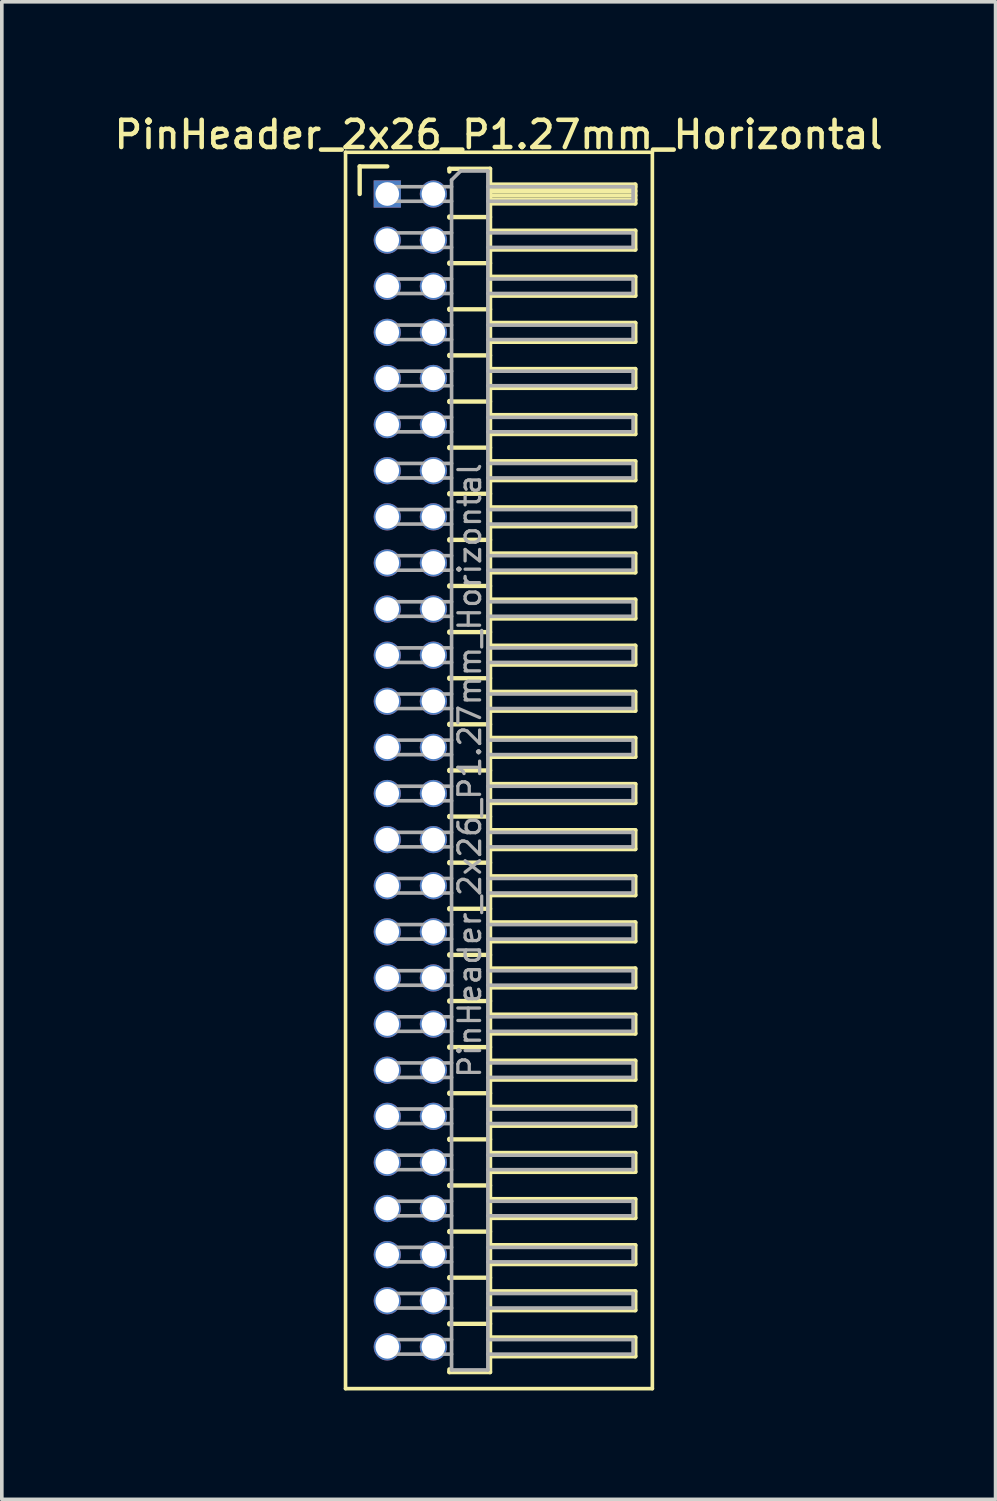
<source format=kicad_pcb>
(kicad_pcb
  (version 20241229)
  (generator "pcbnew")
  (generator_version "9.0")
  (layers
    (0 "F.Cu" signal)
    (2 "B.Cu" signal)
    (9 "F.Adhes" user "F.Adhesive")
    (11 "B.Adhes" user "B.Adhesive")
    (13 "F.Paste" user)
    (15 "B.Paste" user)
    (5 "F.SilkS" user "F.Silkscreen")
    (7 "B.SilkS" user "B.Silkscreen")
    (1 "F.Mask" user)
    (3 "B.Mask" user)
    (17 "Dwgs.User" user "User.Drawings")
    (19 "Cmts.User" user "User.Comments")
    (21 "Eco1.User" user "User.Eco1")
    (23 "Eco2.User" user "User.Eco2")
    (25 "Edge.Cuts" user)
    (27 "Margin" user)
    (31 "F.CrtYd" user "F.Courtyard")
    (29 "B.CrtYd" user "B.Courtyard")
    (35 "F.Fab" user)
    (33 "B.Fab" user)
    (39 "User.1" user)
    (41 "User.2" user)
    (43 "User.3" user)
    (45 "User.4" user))
  (footprint "PinHeader_2x26_P1.27mm_Horizontal"
    (layer "F.Cu")
    (at 7.616 2.293)
    (property "Reference" "PinHeader_2x26_P1.27mm_Horizontal" (at 3.067 -1.635 0) (layer "F.SilkS") (effects (font (size 0.75 0.75) (thickness 0.125))))
    (attr through_hole)
    (fp_line (start -1.15 -1.15) (end -1.15 32.9) (stroke (width 0.1) (type solid)) (layer "F.SilkS"))
    (fp_line (start -1.15 32.9) (end 7.3 32.9) (stroke (width 0.1) (type solid)) (layer "F.SilkS"))
    (fp_line (start -0.76 -0.76) (end 0 -0.76) (stroke (width 0.12) (type solid)) (layer "F.SilkS"))
    (fp_line (start -0.76 0) (end -0.76 -0.76) (stroke (width 0.12) (type solid)) (layer "F.SilkS"))
    (fp_line (start 1.71 -0.695) (end 2.83 -0.695) (stroke (width 0.12) (type solid)) (layer "F.SilkS"))
    (fp_line (start 1.71 -0.62) (end 1.71 -0.695) (stroke (width 0.12) (type solid)) (layer "F.SilkS"))
    (fp_line (start 1.71 0.62) (end 1.71 0.65) (stroke (width 0.12) (type solid)) (layer "F.SilkS"))
    (fp_line (start 1.71 0.635) (end 2.83 0.635) (stroke (width 0.12) (type solid)) (layer "F.SilkS"))
    (fp_line (start 1.71 1.89) (end 1.71 1.92) (stroke (width 0.12) (type solid)) (layer "F.SilkS"))
    (fp_line (start 1.71 1.905) (end 2.83 1.905) (stroke (width 0.12) (type solid)) (layer "F.SilkS"))
    (fp_line (start 1.71 3.16) (end 1.71 3.19) (stroke (width 0.12) (type solid)) (layer "F.SilkS"))
    (fp_line (start 1.71 3.175) (end 2.83 3.175) (stroke (width 0.12) (type solid)) (layer "F.SilkS"))
    (fp_line (start 1.71 4.43) (end 1.71 4.46) (stroke (width 0.12) (type solid)) (layer "F.SilkS"))
    (fp_line (start 1.71 4.445) (end 2.83 4.445) (stroke (width 0.12) (type solid)) (layer "F.SilkS"))
    (fp_line (start 1.71 5.7) (end 1.71 5.73) (stroke (width 0.12) (type solid)) (layer "F.SilkS"))
    (fp_line (start 1.71 5.715) (end 2.83 5.715) (stroke (width 0.12) (type solid)) (layer "F.SilkS"))
    (fp_line (start 1.71 6.97) (end 1.71 7) (stroke (width 0.12) (type solid)) (layer "F.SilkS"))
    (fp_line (start 1.71 6.985) (end 2.83 6.985) (stroke (width 0.12) (type solid)) (layer "F.SilkS"))
    (fp_line (start 1.71 8.24) (end 1.71 8.27) (stroke (width 0.12) (type solid)) (layer "F.SilkS"))
    (fp_line (start 1.71 8.255) (end 2.83 8.255) (stroke (width 0.12) (type solid)) (layer "F.SilkS"))
    (fp_line (start 1.71 9.51) (end 1.71 9.54) (stroke (width 0.12) (type solid)) (layer "F.SilkS"))
    (fp_line (start 1.71 9.525) (end 2.83 9.525) (stroke (width 0.12) (type solid)) (layer "F.SilkS"))
    (fp_line (start 1.71 10.78) (end 1.71 10.81) (stroke (width 0.12) (type solid)) (layer "F.SilkS"))
    (fp_line (start 1.71 10.795) (end 2.83 10.795) (stroke (width 0.12) (type solid)) (layer "F.SilkS"))
    (fp_line (start 1.71 12.05) (end 1.71 12.08) (stroke (width 0.12) (type solid)) (layer "F.SilkS"))
    (fp_line (start 1.71 12.065) (end 2.83 12.065) (stroke (width 0.12) (type solid)) (layer "F.SilkS"))
    (fp_line (start 1.71 13.32) (end 1.71 13.35) (stroke (width 0.12) (type solid)) (layer "F.SilkS"))
    (fp_line (start 1.71 13.335) (end 2.83 13.335) (stroke (width 0.12) (type solid)) (layer "F.SilkS"))
    (fp_line (start 1.71 14.59) (end 1.71 14.62) (stroke (width 0.12) (type solid)) (layer "F.SilkS"))
    (fp_line (start 1.71 14.605) (end 2.83 14.605) (stroke (width 0.12) (type solid)) (layer "F.SilkS"))
    (fp_line (start 1.71 15.86) (end 1.71 15.89) (stroke (width 0.12) (type solid)) (layer "F.SilkS"))
    (fp_line (start 1.71 15.875) (end 2.83 15.875) (stroke (width 0.12) (type solid)) (layer "F.SilkS"))
    (fp_line (start 1.71 17.13) (end 1.71 17.16) (stroke (width 0.12) (type solid)) (layer "F.SilkS"))
    (fp_line (start 1.71 17.145) (end 2.83 17.145) (stroke (width 0.12) (type solid)) (layer "F.SilkS"))
    (fp_line (start 1.71 18.4) (end 1.71 18.43) (stroke (width 0.12) (type solid)) (layer "F.SilkS"))
    (fp_line (start 1.71 18.415) (end 2.83 18.415) (stroke (width 0.12) (type solid)) (layer "F.SilkS"))
    (fp_line (start 1.71 19.67) (end 1.71 19.7) (stroke (width 0.12) (type solid)) (layer "F.SilkS"))
    (fp_line (start 1.71 19.685) (end 2.83 19.685) (stroke (width 0.12) (type solid)) (layer "F.SilkS"))
    (fp_line (start 1.71 20.94) (end 1.71 20.97) (stroke (width 0.12) (type solid)) (layer "F.SilkS"))
    (fp_line (start 1.71 20.955) (end 2.83 20.955) (stroke (width 0.12) (type solid)) (layer "F.SilkS"))
    (fp_line (start 1.71 22.21) (end 1.71 22.24) (stroke (width 0.12) (type solid)) (layer "F.SilkS"))
    (fp_line (start 1.71 22.225) (end 2.83 22.225) (stroke (width 0.12) (type solid)) (layer "F.SilkS"))
    (fp_line (start 1.71 23.48) (end 1.71 23.51) (stroke (width 0.12) (type solid)) (layer "F.SilkS"))
    (fp_line (start 1.71 23.495) (end 2.83 23.495) (stroke (width 0.12) (type solid)) (layer "F.SilkS"))
    (fp_line (start 1.71 24.75) (end 1.71 24.78) (stroke (width 0.12) (type solid)) (layer "F.SilkS"))
    (fp_line (start 1.71 24.765) (end 2.83 24.765) (stroke (width 0.12) (type solid)) (layer "F.SilkS"))
    (fp_line (start 1.71 26.02) (end 1.71 26.05) (stroke (width 0.12) (type solid)) (layer "F.SilkS"))
    (fp_line (start 1.71 26.035) (end 2.83 26.035) (stroke (width 0.12) (type solid)) (layer "F.SilkS"))
    (fp_line (start 1.71 27.29) (end 1.71 27.32) (stroke (width 0.12) (type solid)) (layer "F.SilkS"))
    (fp_line (start 1.71 27.305) (end 2.83 27.305) (stroke (width 0.12) (type solid)) (layer "F.SilkS"))
    (fp_line (start 1.71 28.56) (end 1.71 28.59) (stroke (width 0.12) (type solid)) (layer "F.SilkS"))
    (fp_line (start 1.71 28.575) (end 2.83 28.575) (stroke (width 0.12) (type solid)) (layer "F.SilkS"))
    (fp_line (start 1.71 29.83) (end 1.71 29.86) (stroke (width 0.12) (type solid)) (layer "F.SilkS"))
    (fp_line (start 1.71 29.845) (end 2.83 29.845) (stroke (width 0.12) (type solid)) (layer "F.SilkS"))
    (fp_line (start 1.71 31.1) (end 1.71 31.13) (stroke (width 0.12) (type solid)) (layer "F.SilkS"))
    (fp_line (start 1.71 31.115) (end 2.83 31.115) (stroke (width 0.12) (type solid)) (layer "F.SilkS"))
    (fp_line (start 1.71 32.445) (end 1.71 32.37) (stroke (width 0.12) (type solid)) (layer "F.SilkS"))
    (fp_line (start 2.83 -0.695) (end 2.83 32.445) (stroke (width 0.12) (type solid)) (layer "F.SilkS"))
    (fp_line (start 2.83 -0.26) (end 6.83 -0.26) (stroke (width 0.12) (type solid)) (layer "F.SilkS"))
    (fp_line (start 2.83 -0.2) (end 6.83 -0.2) (stroke (width 0.12) (type solid)) (layer "F.SilkS"))
    (fp_line (start 2.83 -0.08) (end 6.83 -0.08) (stroke (width 0.12) (type solid)) (layer "F.SilkS"))
    (fp_line (start 2.83 0.04) (end 6.83 0.04) (stroke (width 0.12) (type solid)) (layer "F.SilkS"))
    (fp_line (start 2.83 0.16) (end 6.83 0.16) (stroke (width 0.12) (type solid)) (layer "F.SilkS"))
    (fp_line (start 2.83 1.01) (end 6.83 1.01) (stroke (width 0.12) (type solid)) (layer "F.SilkS"))
    (fp_line (start 2.83 2.28) (end 6.83 2.28) (stroke (width 0.12) (type solid)) (layer "F.SilkS"))
    (fp_line (start 2.83 3.55) (end 6.83 3.55) (stroke (width 0.12) (type solid)) (layer "F.SilkS"))
    (fp_line (start 2.83 4.82) (end 6.83 4.82) (stroke (width 0.12) (type solid)) (layer "F.SilkS"))
    (fp_line (start 2.83 6.09) (end 6.83 6.09) (stroke (width 0.12) (type solid)) (layer "F.SilkS"))
    (fp_line (start 2.83 7.36) (end 6.83 7.36) (stroke (width 0.12) (type solid)) (layer "F.SilkS"))
    (fp_line (start 2.83 8.63) (end 6.83 8.63) (stroke (width 0.12) (type solid)) (layer "F.SilkS"))
    (fp_line (start 2.83 9.9) (end 6.83 9.9) (stroke (width 0.12) (type solid)) (layer "F.SilkS"))
    (fp_line (start 2.83 11.17) (end 6.83 11.17) (stroke (width 0.12) (type solid)) (layer "F.SilkS"))
    (fp_line (start 2.83 12.44) (end 6.83 12.44) (stroke (width 0.12) (type solid)) (layer "F.SilkS"))
    (fp_line (start 2.83 13.71) (end 6.83 13.71) (stroke (width 0.12) (type solid)) (layer "F.SilkS"))
    (fp_line (start 2.83 14.98) (end 6.83 14.98) (stroke (width 0.12) (type solid)) (layer "F.SilkS"))
    (fp_line (start 2.83 16.25) (end 6.83 16.25) (stroke (width 0.12) (type solid)) (layer "F.SilkS"))
    (fp_line (start 2.83 17.52) (end 6.83 17.52) (stroke (width 0.12) (type solid)) (layer "F.SilkS"))
    (fp_line (start 2.83 18.79) (end 6.83 18.79) (stroke (width 0.12) (type solid)) (layer "F.SilkS"))
    (fp_line (start 2.83 20.06) (end 6.83 20.06) (stroke (width 0.12) (type solid)) (layer "F.SilkS"))
    (fp_line (start 2.83 21.33) (end 6.83 21.33) (stroke (width 0.12) (type solid)) (layer "F.SilkS"))
    (fp_line (start 2.83 22.6) (end 6.83 22.6) (stroke (width 0.12) (type solid)) (layer "F.SilkS"))
    (fp_line (start 2.83 23.87) (end 6.83 23.87) (stroke (width 0.12) (type solid)) (layer "F.SilkS"))
    (fp_line (start 2.83 25.14) (end 6.83 25.14) (stroke (width 0.12) (type solid)) (layer "F.SilkS"))
    (fp_line (start 2.83 26.41) (end 6.83 26.41) (stroke (width 0.12) (type solid)) (layer "F.SilkS"))
    (fp_line (start 2.83 27.68) (end 6.83 27.68) (stroke (width 0.12) (type solid)) (layer "F.SilkS"))
    (fp_line (start 2.83 28.95) (end 6.83 28.95) (stroke (width 0.12) (type solid)) (layer "F.SilkS"))
    (fp_line (start 2.83 30.22) (end 6.83 30.22) (stroke (width 0.12) (type solid)) (layer "F.SilkS"))
    (fp_line (start 2.83 31.49) (end 6.83 31.49) (stroke (width 0.12) (type solid)) (layer "F.SilkS"))
    (fp_line (start 2.83 32.445) (end 1.71 32.445) (stroke (width 0.12) (type solid)) (layer "F.SilkS"))
    (fp_line (start 6.83 -0.26) (end 6.83 0.26) (stroke (width 0.12) (type solid)) (layer "F.SilkS"))
    (fp_line (start 6.83 0.26) (end 2.83 0.26) (stroke (width 0.12) (type solid)) (layer "F.SilkS"))
    (fp_line (start 6.83 1.01) (end 6.83 1.53) (stroke (width 0.12) (type solid)) (layer "F.SilkS"))
    (fp_line (start 6.83 1.53) (end 2.83 1.53) (stroke (width 0.12) (type solid)) (layer "F.SilkS"))
    (fp_line (start 6.83 2.28) (end 6.83 2.8) (stroke (width 0.12) (type solid)) (layer "F.SilkS"))
    (fp_line (start 6.83 2.8) (end 2.83 2.8) (stroke (width 0.12) (type solid)) (layer "F.SilkS"))
    (fp_line (start 6.83 3.55) (end 6.83 4.07) (stroke (width 0.12) (type solid)) (layer "F.SilkS"))
    (fp_line (start 6.83 4.07) (end 2.83 4.07) (stroke (width 0.12) (type solid)) (layer "F.SilkS"))
    (fp_line (start 6.83 4.82) (end 6.83 5.34) (stroke (width 0.12) (type solid)) (layer "F.SilkS"))
    (fp_line (start 6.83 5.34) (end 2.83 5.34) (stroke (width 0.12) (type solid)) (layer "F.SilkS"))
    (fp_line (start 6.83 6.09) (end 6.83 6.61) (stroke (width 0.12) (type solid)) (layer "F.SilkS"))
    (fp_line (start 6.83 6.61) (end 2.83 6.61) (stroke (width 0.12) (type solid)) (layer "F.SilkS"))
    (fp_line (start 6.83 7.36) (end 6.83 7.88) (stroke (width 0.12) (type solid)) (layer "F.SilkS"))
    (fp_line (start 6.83 7.88) (end 2.83 7.88) (stroke (width 0.12) (type solid)) (layer "F.SilkS"))
    (fp_line (start 6.83 8.63) (end 6.83 9.15) (stroke (width 0.12) (type solid)) (layer "F.SilkS"))
    (fp_line (start 6.83 9.15) (end 2.83 9.15) (stroke (width 0.12) (type solid)) (layer "F.SilkS"))
    (fp_line (start 6.83 9.9) (end 6.83 10.42) (stroke (width 0.12) (type solid)) (layer "F.SilkS"))
    (fp_line (start 6.83 10.42) (end 2.83 10.42) (stroke (width 0.12) (type solid)) (layer "F.SilkS"))
    (fp_line (start 6.83 11.17) (end 6.83 11.69) (stroke (width 0.12) (type solid)) (layer "F.SilkS"))
    (fp_line (start 6.83 11.69) (end 2.83 11.69) (stroke (width 0.12) (type solid)) (layer "F.SilkS"))
    (fp_line (start 6.83 12.44) (end 6.83 12.96) (stroke (width 0.12) (type solid)) (layer "F.SilkS"))
    (fp_line (start 6.83 12.96) (end 2.83 12.96) (stroke (width 0.12) (type solid)) (layer "F.SilkS"))
    (fp_line (start 6.83 13.71) (end 6.83 14.23) (stroke (width 0.12) (type solid)) (layer "F.SilkS"))
    (fp_line (start 6.83 14.23) (end 2.83 14.23) (stroke (width 0.12) (type solid)) (layer "F.SilkS"))
    (fp_line (start 6.83 14.98) (end 6.83 15.5) (stroke (width 0.12) (type solid)) (layer "F.SilkS"))
    (fp_line (start 6.83 15.5) (end 2.83 15.5) (stroke (width 0.12) (type solid)) (layer "F.SilkS"))
    (fp_line (start 6.83 16.25) (end 6.83 16.77) (stroke (width 0.12) (type solid)) (layer "F.SilkS"))
    (fp_line (start 6.83 16.77) (end 2.83 16.77) (stroke (width 0.12) (type solid)) (layer "F.SilkS"))
    (fp_line (start 6.83 17.52) (end 6.83 18.04) (stroke (width 0.12) (type solid)) (layer "F.SilkS"))
    (fp_line (start 6.83 18.04) (end 2.83 18.04) (stroke (width 0.12) (type solid)) (layer "F.SilkS"))
    (fp_line (start 6.83 18.79) (end 6.83 19.31) (stroke (width 0.12) (type solid)) (layer "F.SilkS"))
    (fp_line (start 6.83 19.31) (end 2.83 19.31) (stroke (width 0.12) (type solid)) (layer "F.SilkS"))
    (fp_line (start 6.83 20.06) (end 6.83 20.58) (stroke (width 0.12) (type solid)) (layer "F.SilkS"))
    (fp_line (start 6.83 20.58) (end 2.83 20.58) (stroke (width 0.12) (type solid)) (layer "F.SilkS"))
    (fp_line (start 6.83 21.33) (end 6.83 21.85) (stroke (width 0.12) (type solid)) (layer "F.SilkS"))
    (fp_line (start 6.83 21.85) (end 2.83 21.85) (stroke (width 0.12) (type solid)) (layer "F.SilkS"))
    (fp_line (start 6.83 22.6) (end 6.83 23.12) (stroke (width 0.12) (type solid)) (layer "F.SilkS"))
    (fp_line (start 6.83 23.12) (end 2.83 23.12) (stroke (width 0.12) (type solid)) (layer "F.SilkS"))
    (fp_line (start 6.83 23.87) (end 6.83 24.39) (stroke (width 0.12) (type solid)) (layer "F.SilkS"))
    (fp_line (start 6.83 24.39) (end 2.83 24.39) (stroke (width 0.12) (type solid)) (layer "F.SilkS"))
    (fp_line (start 6.83 25.14) (end 6.83 25.66) (stroke (width 0.12) (type solid)) (layer "F.SilkS"))
    (fp_line (start 6.83 25.66) (end 2.83 25.66) (stroke (width 0.12) (type solid)) (layer "F.SilkS"))
    (fp_line (start 6.83 26.41) (end 6.83 26.93) (stroke (width 0.12) (type solid)) (layer "F.SilkS"))
    (fp_line (start 6.83 26.93) (end 2.83 26.93) (stroke (width 0.12) (type solid)) (layer "F.SilkS"))
    (fp_line (start 6.83 27.68) (end 6.83 28.2) (stroke (width 0.12) (type solid)) (layer "F.SilkS"))
    (fp_line (start 6.83 28.2) (end 2.83 28.2) (stroke (width 0.12) (type solid)) (layer "F.SilkS"))
    (fp_line (start 6.83 28.95) (end 6.83 29.47) (stroke (width 0.12) (type solid)) (layer "F.SilkS"))
    (fp_line (start 6.83 29.47) (end 2.83 29.47) (stroke (width 0.12) (type solid)) (layer "F.SilkS"))
    (fp_line (start 6.83 30.22) (end 6.83 30.74) (stroke (width 0.12) (type solid)) (layer "F.SilkS"))
    (fp_line (start 6.83 30.74) (end 2.83 30.74) (stroke (width 0.12) (type solid)) (layer "F.SilkS"))
    (fp_line (start 6.83 31.49) (end 6.83 32.01) (stroke (width 0.12) (type solid)) (layer "F.SilkS"))
    (fp_line (start 6.83 32.01) (end 2.83 32.01) (stroke (width 0.12) (type solid)) (layer "F.SilkS"))
    (fp_line (start 7.3 -1.15) (end -1.15 -1.15) (stroke (width 0.1) (type solid)) (layer "F.SilkS"))
    (fp_line (start 7.3 32.9) (end 7.3 -1.15) (stroke (width 0.1) (type solid)) (layer "F.SilkS"))
    (fp_line (start -0.2 -0.2) (end -0.2 0.2) (stroke (width 0.1) (type solid)) (layer "F.Fab"))
    (fp_line (start -0.2 -0.2) (end 1.77 -0.2) (stroke (width 0.1) (type solid)) (layer "F.Fab"))
    (fp_line (start -0.2 0.2) (end 1.77 0.2) (stroke (width 0.1) (type solid)) (layer "F.Fab"))
    (fp_line (start -0.2 1.07) (end -0.2 1.47) (stroke (width 0.1) (type solid)) (layer "F.Fab"))
    (fp_line (start -0.2 1.07) (end 1.77 1.07) (stroke (width 0.1) (type solid)) (layer "F.Fab"))
    (fp_line (start -0.2 1.47) (end 1.77 1.47) (stroke (width 0.1) (type solid)) (layer "F.Fab"))
    (fp_line (start -0.2 2.34) (end -0.2 2.74) (stroke (width 0.1) (type solid)) (layer "F.Fab"))
    (fp_line (start -0.2 2.34) (end 1.77 2.34) (stroke (width 0.1) (type solid)) (layer "F.Fab"))
    (fp_line (start -0.2 2.74) (end 1.77 2.74) (stroke (width 0.1) (type solid)) (layer "F.Fab"))
    (fp_line (start -0.2 3.61) (end -0.2 4.01) (stroke (width 0.1) (type solid)) (layer "F.Fab"))
    (fp_line (start -0.2 3.61) (end 1.77 3.61) (stroke (width 0.1) (type solid)) (layer "F.Fab"))
    (fp_line (start -0.2 4.01) (end 1.77 4.01) (stroke (width 0.1) (type solid)) (layer "F.Fab"))
    (fp_line (start -0.2 4.88) (end -0.2 5.28) (stroke (width 0.1) (type solid)) (layer "F.Fab"))
    (fp_line (start -0.2 4.88) (end 1.77 4.88) (stroke (width 0.1) (type solid)) (layer "F.Fab"))
    (fp_line (start -0.2 5.28) (end 1.77 5.28) (stroke (width 0.1) (type solid)) (layer "F.Fab"))
    (fp_line (start -0.2 6.15) (end -0.2 6.55) (stroke (width 0.1) (type solid)) (layer "F.Fab"))
    (fp_line (start -0.2 6.15) (end 1.77 6.15) (stroke (width 0.1) (type solid)) (layer "F.Fab"))
    (fp_line (start -0.2 6.55) (end 1.77 6.55) (stroke (width 0.1) (type solid)) (layer "F.Fab"))
    (fp_line (start -0.2 7.42) (end -0.2 7.82) (stroke (width 0.1) (type solid)) (layer "F.Fab"))
    (fp_line (start -0.2 7.42) (end 1.77 7.42) (stroke (width 0.1) (type solid)) (layer "F.Fab"))
    (fp_line (start -0.2 7.82) (end 1.77 7.82) (stroke (width 0.1) (type solid)) (layer "F.Fab"))
    (fp_line (start -0.2 8.69) (end -0.2 9.09) (stroke (width 0.1) (type solid)) (layer "F.Fab"))
    (fp_line (start -0.2 8.69) (end 1.77 8.69) (stroke (width 0.1) (type solid)) (layer "F.Fab"))
    (fp_line (start -0.2 9.09) (end 1.77 9.09) (stroke (width 0.1) (type solid)) (layer "F.Fab"))
    (fp_line (start -0.2 9.96) (end -0.2 10.36) (stroke (width 0.1) (type solid)) (layer "F.Fab"))
    (fp_line (start -0.2 9.96) (end 1.77 9.96) (stroke (width 0.1) (type solid)) (layer "F.Fab"))
    (fp_line (start -0.2 10.36) (end 1.77 10.36) (stroke (width 0.1) (type solid)) (layer "F.Fab"))
    (fp_line (start -0.2 11.23) (end -0.2 11.63) (stroke (width 0.1) (type solid)) (layer "F.Fab"))
    (fp_line (start -0.2 11.23) (end 1.77 11.23) (stroke (width 0.1) (type solid)) (layer "F.Fab"))
    (fp_line (start -0.2 11.63) (end 1.77 11.63) (stroke (width 0.1) (type solid)) (layer "F.Fab"))
    (fp_line (start -0.2 12.5) (end -0.2 12.9) (stroke (width 0.1) (type solid)) (layer "F.Fab"))
    (fp_line (start -0.2 12.5) (end 1.77 12.5) (stroke (width 0.1) (type solid)) (layer "F.Fab"))
    (fp_line (start -0.2 12.9) (end 1.77 12.9) (stroke (width 0.1) (type solid)) (layer "F.Fab"))
    (fp_line (start -0.2 13.77) (end -0.2 14.17) (stroke (width 0.1) (type solid)) (layer "F.Fab"))
    (fp_line (start -0.2 13.77) (end 1.77 13.77) (stroke (width 0.1) (type solid)) (layer "F.Fab"))
    (fp_line (start -0.2 14.17) (end 1.77 14.17) (stroke (width 0.1) (type solid)) (layer "F.Fab"))
    (fp_line (start -0.2 15.04) (end -0.2 15.44) (stroke (width 0.1) (type solid)) (layer "F.Fab"))
    (fp_line (start -0.2 15.04) (end 1.77 15.04) (stroke (width 0.1) (type solid)) (layer "F.Fab"))
    (fp_line (start -0.2 15.44) (end 1.77 15.44) (stroke (width 0.1) (type solid)) (layer "F.Fab"))
    (fp_line (start -0.2 16.31) (end -0.2 16.71) (stroke (width 0.1) (type solid)) (layer "F.Fab"))
    (fp_line (start -0.2 16.31) (end 1.77 16.31) (stroke (width 0.1) (type solid)) (layer "F.Fab"))
    (fp_line (start -0.2 16.71) (end 1.77 16.71) (stroke (width 0.1) (type solid)) (layer "F.Fab"))
    (fp_line (start -0.2 17.58) (end -0.2 17.98) (stroke (width 0.1) (type solid)) (layer "F.Fab"))
    (fp_line (start -0.2 17.58) (end 1.77 17.58) (stroke (width 0.1) (type solid)) (layer "F.Fab"))
    (fp_line (start -0.2 17.98) (end 1.77 17.98) (stroke (width 0.1) (type solid)) (layer "F.Fab"))
    (fp_line (start -0.2 18.85) (end -0.2 19.25) (stroke (width 0.1) (type solid)) (layer "F.Fab"))
    (fp_line (start -0.2 18.85) (end 1.77 18.85) (stroke (width 0.1) (type solid)) (layer "F.Fab"))
    (fp_line (start -0.2 19.25) (end 1.77 19.25) (stroke (width 0.1) (type solid)) (layer "F.Fab"))
    (fp_line (start -0.2 20.12) (end -0.2 20.52) (stroke (width 0.1) (type solid)) (layer "F.Fab"))
    (fp_line (start -0.2 20.12) (end 1.77 20.12) (stroke (width 0.1) (type solid)) (layer "F.Fab"))
    (fp_line (start -0.2 20.52) (end 1.77 20.52) (stroke (width 0.1) (type solid)) (layer "F.Fab"))
    (fp_line (start -0.2 21.39) (end -0.2 21.79) (stroke (width 0.1) (type solid)) (layer "F.Fab"))
    (fp_line (start -0.2 21.39) (end 1.77 21.39) (stroke (width 0.1) (type solid)) (layer "F.Fab"))
    (fp_line (start -0.2 21.79) (end 1.77 21.79) (stroke (width 0.1) (type solid)) (layer "F.Fab"))
    (fp_line (start -0.2 22.66) (end -0.2 23.06) (stroke (width 0.1) (type solid)) (layer "F.Fab"))
    (fp_line (start -0.2 22.66) (end 1.77 22.66) (stroke (width 0.1) (type solid)) (layer "F.Fab"))
    (fp_line (start -0.2 23.06) (end 1.77 23.06) (stroke (width 0.1) (type solid)) (layer "F.Fab"))
    (fp_line (start -0.2 23.93) (end -0.2 24.33) (stroke (width 0.1) (type solid)) (layer "F.Fab"))
    (fp_line (start -0.2 23.93) (end 1.77 23.93) (stroke (width 0.1) (type solid)) (layer "F.Fab"))
    (fp_line (start -0.2 24.33) (end 1.77 24.33) (stroke (width 0.1) (type solid)) (layer "F.Fab"))
    (fp_line (start -0.2 25.2) (end -0.2 25.6) (stroke (width 0.1) (type solid)) (layer "F.Fab"))
    (fp_line (start -0.2 25.2) (end 1.77 25.2) (stroke (width 0.1) (type solid)) (layer "F.Fab"))
    (fp_line (start -0.2 25.6) (end 1.77 25.6) (stroke (width 0.1) (type solid)) (layer "F.Fab"))
    (fp_line (start -0.2 26.47) (end -0.2 26.87) (stroke (width 0.1) (type solid)) (layer "F.Fab"))
    (fp_line (start -0.2 26.47) (end 1.77 26.47) (stroke (width 0.1) (type solid)) (layer "F.Fab"))
    (fp_line (start -0.2 26.87) (end 1.77 26.87) (stroke (width 0.1) (type solid)) (layer "F.Fab"))
    (fp_line (start -0.2 27.74) (end -0.2 28.14) (stroke (width 0.1) (type solid)) (layer "F.Fab"))
    (fp_line (start -0.2 27.74) (end 1.77 27.74) (stroke (width 0.1) (type solid)) (layer "F.Fab"))
    (fp_line (start -0.2 28.14) (end 1.77 28.14) (stroke (width 0.1) (type solid)) (layer "F.Fab"))
    (fp_line (start -0.2 29.01) (end -0.2 29.41) (stroke (width 0.1) (type solid)) (layer "F.Fab"))
    (fp_line (start -0.2 29.01) (end 1.77 29.01) (stroke (width 0.1) (type solid)) (layer "F.Fab"))
    (fp_line (start -0.2 29.41) (end 1.77 29.41) (stroke (width 0.1) (type solid)) (layer "F.Fab"))
    (fp_line (start -0.2 30.28) (end -0.2 30.68) (stroke (width 0.1) (type solid)) (layer "F.Fab"))
    (fp_line (start -0.2 30.28) (end 1.77 30.28) (stroke (width 0.1) (type solid)) (layer "F.Fab"))
    (fp_line (start -0.2 30.68) (end 1.77 30.68) (stroke (width 0.1) (type solid)) (layer "F.Fab"))
    (fp_line (start -0.2 31.55) (end -0.2 31.95) (stroke (width 0.1) (type solid)) (layer "F.Fab"))
    (fp_line (start -0.2 31.55) (end 1.77 31.55) (stroke (width 0.1) (type solid)) (layer "F.Fab"))
    (fp_line (start -0.2 31.95) (end 1.77 31.95) (stroke (width 0.1) (type solid)) (layer "F.Fab"))
    (fp_line (start 1.77 -0.385) (end 2.02 -0.635) (stroke (width 0.1) (type solid)) (layer "F.Fab"))
    (fp_line (start 1.77 32.385) (end 1.77 -0.385) (stroke (width 0.1) (type solid)) (layer "F.Fab"))
    (fp_line (start 2.02 -0.635) (end 2.77 -0.635) (stroke (width 0.1) (type solid)) (layer "F.Fab"))
    (fp_line (start 2.77 -0.635) (end 2.77 32.385) (stroke (width 0.1) (type solid)) (layer "F.Fab"))
    (fp_line (start 2.77 -0.2) (end 6.77 -0.2) (stroke (width 0.1) (type solid)) (layer "F.Fab"))
    (fp_line (start 2.77 0.2) (end 6.77 0.2) (stroke (width 0.1) (type solid)) (layer "F.Fab"))
    (fp_line (start 2.77 1.07) (end 6.77 1.07) (stroke (width 0.1) (type solid)) (layer "F.Fab"))
    (fp_line (start 2.77 1.47) (end 6.77 1.47) (stroke (width 0.1) (type solid)) (layer "F.Fab"))
    (fp_line (start 2.77 2.34) (end 6.77 2.34) (stroke (width 0.1) (type solid)) (layer "F.Fab"))
    (fp_line (start 2.77 2.74) (end 6.77 2.74) (stroke (width 0.1) (type solid)) (layer "F.Fab"))
    (fp_line (start 2.77 3.61) (end 6.77 3.61) (stroke (width 0.1) (type solid)) (layer "F.Fab"))
    (fp_line (start 2.77 4.01) (end 6.77 4.01) (stroke (width 0.1) (type solid)) (layer "F.Fab"))
    (fp_line (start 2.77 4.88) (end 6.77 4.88) (stroke (width 0.1) (type solid)) (layer "F.Fab"))
    (fp_line (start 2.77 5.28) (end 6.77 5.28) (stroke (width 0.1) (type solid)) (layer "F.Fab"))
    (fp_line (start 2.77 6.15) (end 6.77 6.15) (stroke (width 0.1) (type solid)) (layer "F.Fab"))
    (fp_line (start 2.77 6.55) (end 6.77 6.55) (stroke (width 0.1) (type solid)) (layer "F.Fab"))
    (fp_line (start 2.77 7.42) (end 6.77 7.42) (stroke (width 0.1) (type solid)) (layer "F.Fab"))
    (fp_line (start 2.77 7.82) (end 6.77 7.82) (stroke (width 0.1) (type solid)) (layer "F.Fab"))
    (fp_line (start 2.77 8.69) (end 6.77 8.69) (stroke (width 0.1) (type solid)) (layer "F.Fab"))
    (fp_line (start 2.77 9.09) (end 6.77 9.09) (stroke (width 0.1) (type solid)) (layer "F.Fab"))
    (fp_line (start 2.77 9.96) (end 6.77 9.96) (stroke (width 0.1) (type solid)) (layer "F.Fab"))
    (fp_line (start 2.77 10.36) (end 6.77 10.36) (stroke (width 0.1) (type solid)) (layer "F.Fab"))
    (fp_line (start 2.77 11.23) (end 6.77 11.23) (stroke (width 0.1) (type solid)) (layer "F.Fab"))
    (fp_line (start 2.77 11.63) (end 6.77 11.63) (stroke (width 0.1) (type solid)) (layer "F.Fab"))
    (fp_line (start 2.77 12.5) (end 6.77 12.5) (stroke (width 0.1) (type solid)) (layer "F.Fab"))
    (fp_line (start 2.77 12.9) (end 6.77 12.9) (stroke (width 0.1) (type solid)) (layer "F.Fab"))
    (fp_line (start 2.77 13.77) (end 6.77 13.77) (stroke (width 0.1) (type solid)) (layer "F.Fab"))
    (fp_line (start 2.77 14.17) (end 6.77 14.17) (stroke (width 0.1) (type solid)) (layer "F.Fab"))
    (fp_line (start 2.77 15.04) (end 6.77 15.04) (stroke (width 0.1) (type solid)) (layer "F.Fab"))
    (fp_line (start 2.77 15.44) (end 6.77 15.44) (stroke (width 0.1) (type solid)) (layer "F.Fab"))
    (fp_line (start 2.77 16.31) (end 6.77 16.31) (stroke (width 0.1) (type solid)) (layer "F.Fab"))
    (fp_line (start 2.77 16.71) (end 6.77 16.71) (stroke (width 0.1) (type solid)) (layer "F.Fab"))
    (fp_line (start 2.77 17.58) (end 6.77 17.58) (stroke (width 0.1) (type solid)) (layer "F.Fab"))
    (fp_line (start 2.77 17.98) (end 6.77 17.98) (stroke (width 0.1) (type solid)) (layer "F.Fab"))
    (fp_line (start 2.77 18.85) (end 6.77 18.85) (stroke (width 0.1) (type solid)) (layer "F.Fab"))
    (fp_line (start 2.77 19.25) (end 6.77 19.25) (stroke (width 0.1) (type solid)) (layer "F.Fab"))
    (fp_line (start 2.77 20.12) (end 6.77 20.12) (stroke (width 0.1) (type solid)) (layer "F.Fab"))
    (fp_line (start 2.77 20.52) (end 6.77 20.52) (stroke (width 0.1) (type solid)) (layer "F.Fab"))
    (fp_line (start 2.77 21.39) (end 6.77 21.39) (stroke (width 0.1) (type solid)) (layer "F.Fab"))
    (fp_line (start 2.77 21.79) (end 6.77 21.79) (stroke (width 0.1) (type solid)) (layer "F.Fab"))
    (fp_line (start 2.77 22.66) (end 6.77 22.66) (stroke (width 0.1) (type solid)) (layer "F.Fab"))
    (fp_line (start 2.77 23.06) (end 6.77 23.06) (stroke (width 0.1) (type solid)) (layer "F.Fab"))
    (fp_line (start 2.77 23.93) (end 6.77 23.93) (stroke (width 0.1) (type solid)) (layer "F.Fab"))
    (fp_line (start 2.77 24.33) (end 6.77 24.33) (stroke (width 0.1) (type solid)) (layer "F.Fab"))
    (fp_line (start 2.77 25.2) (end 6.77 25.2) (stroke (width 0.1) (type solid)) (layer "F.Fab"))
    (fp_line (start 2.77 25.6) (end 6.77 25.6) (stroke (width 0.1) (type solid)) (layer "F.Fab"))
    (fp_line (start 2.77 26.47) (end 6.77 26.47) (stroke (width 0.1) (type solid)) (layer "F.Fab"))
    (fp_line (start 2.77 26.87) (end 6.77 26.87) (stroke (width 0.1) (type solid)) (layer "F.Fab"))
    (fp_line (start 2.77 27.74) (end 6.77 27.74) (stroke (width 0.1) (type solid)) (layer "F.Fab"))
    (fp_line (start 2.77 28.14) (end 6.77 28.14) (stroke (width 0.1) (type solid)) (layer "F.Fab"))
    (fp_line (start 2.77 29.01) (end 6.77 29.01) (stroke (width 0.1) (type solid)) (layer "F.Fab"))
    (fp_line (start 2.77 29.41) (end 6.77 29.41) (stroke (width 0.1) (type solid)) (layer "F.Fab"))
    (fp_line (start 2.77 30.28) (end 6.77 30.28) (stroke (width 0.1) (type solid)) (layer "F.Fab"))
    (fp_line (start 2.77 30.68) (end 6.77 30.68) (stroke (width 0.1) (type solid)) (layer "F.Fab"))
    (fp_line (start 2.77 31.55) (end 6.77 31.55) (stroke (width 0.1) (type solid)) (layer "F.Fab"))
    (fp_line (start 2.77 31.95) (end 6.77 31.95) (stroke (width 0.1) (type solid)) (layer "F.Fab"))
    (fp_line (start 2.77 32.385) (end 1.77 32.385) (stroke (width 0.1) (type solid)) (layer "F.Fab"))
    (fp_line (start 6.77 -0.2) (end 6.77 0.2) (stroke (width 0.1) (type solid)) (layer "F.Fab"))
    (fp_line (start 6.77 1.07) (end 6.77 1.47) (stroke (width 0.1) (type solid)) (layer "F.Fab"))
    (fp_line (start 6.77 2.34) (end 6.77 2.74) (stroke (width 0.1) (type solid)) (layer "F.Fab"))
    (fp_line (start 6.77 3.61) (end 6.77 4.01) (stroke (width 0.1) (type solid)) (layer "F.Fab"))
    (fp_line (start 6.77 4.88) (end 6.77 5.28) (stroke (width 0.1) (type solid)) (layer "F.Fab"))
    (fp_line (start 6.77 6.15) (end 6.77 6.55) (stroke (width 0.1) (type solid)) (layer "F.Fab"))
    (fp_line (start 6.77 7.42) (end 6.77 7.82) (stroke (width 0.1) (type solid)) (layer "F.Fab"))
    (fp_line (start 6.77 8.69) (end 6.77 9.09) (stroke (width 0.1) (type solid)) (layer "F.Fab"))
    (fp_line (start 6.77 9.96) (end 6.77 10.36) (stroke (width 0.1) (type solid)) (layer "F.Fab"))
    (fp_line (start 6.77 11.23) (end 6.77 11.63) (stroke (width 0.1) (type solid)) (layer "F.Fab"))
    (fp_line (start 6.77 12.5) (end 6.77 12.9) (stroke (width 0.1) (type solid)) (layer "F.Fab"))
    (fp_line (start 6.77 13.77) (end 6.77 14.17) (stroke (width 0.1) (type solid)) (layer "F.Fab"))
    (fp_line (start 6.77 15.04) (end 6.77 15.44) (stroke (width 0.1) (type solid)) (layer "F.Fab"))
    (fp_line (start 6.77 16.31) (end 6.77 16.71) (stroke (width 0.1) (type solid)) (layer "F.Fab"))
    (fp_line (start 6.77 17.58) (end 6.77 17.98) (stroke (width 0.1) (type solid)) (layer "F.Fab"))
    (fp_line (start 6.77 18.85) (end 6.77 19.25) (stroke (width 0.1) (type solid)) (layer "F.Fab"))
    (fp_line (start 6.77 20.12) (end 6.77 20.52) (stroke (width 0.1) (type solid)) (layer "F.Fab"))
    (fp_line (start 6.77 21.39) (end 6.77 21.79) (stroke (width 0.1) (type solid)) (layer "F.Fab"))
    (fp_line (start 6.77 22.66) (end 6.77 23.06) (stroke (width 0.1) (type solid)) (layer "F.Fab"))
    (fp_line (start 6.77 23.93) (end 6.77 24.33) (stroke (width 0.1) (type solid)) (layer "F.Fab"))
    (fp_line (start 6.77 25.2) (end 6.77 25.6) (stroke (width 0.1) (type solid)) (layer "F.Fab"))
    (fp_line (start 6.77 26.47) (end 6.77 26.87) (stroke (width 0.1) (type solid)) (layer "F.Fab"))
    (fp_line (start 6.77 27.74) (end 6.77 28.14) (stroke (width 0.1) (type solid)) (layer "F.Fab"))
    (fp_line (start 6.77 29.01) (end 6.77 29.41) (stroke (width 0.1) (type solid)) (layer "F.Fab"))
    (fp_line (start 6.77 30.28) (end 6.77 30.68) (stroke (width 0.1) (type solid)) (layer "F.Fab"))
    (fp_line (start 6.77 31.55) (end 6.77 31.95) (stroke (width 0.1) (type solid)) (layer "F.Fab"))
    (fp_text user "${REFERENCE}" (at 2.27 15.875 90) (layer "F.Fab") (effects (font (size 0.6 0.6) (thickness 0.09))))
    (pad "1" thru_hole rect (at 0 0) (size 0.75 0.75) (drill 0.65) (layers "*.Cu" "*.Mask"))
    (pad "2" thru_hole oval (at 1.27 0) (size 0.75 0.75) (drill 0.65) (layers "*.Cu" "*.Mask"))
    (pad "3" thru_hole oval (at 0 1.27) (size 0.75 0.75) (drill 0.65) (layers "*.Cu" "*.Mask"))
    (pad "4" thru_hole oval (at 1.27 1.27) (size 0.75 0.75) (drill 0.65) (layers "*.Cu" "*.Mask"))
    (pad "5" thru_hole oval (at 0 2.54) (size 0.75 0.75) (drill 0.65) (layers "*.Cu" "*.Mask"))
    (pad "6" thru_hole oval (at 1.27 2.54) (size 0.75 0.75) (drill 0.65) (layers "*.Cu" "*.Mask"))
    (pad "7" thru_hole oval (at 0 3.81) (size 0.75 0.75) (drill 0.65) (layers "*.Cu" "*.Mask"))
    (pad "8" thru_hole oval (at 1.27 3.81) (size 0.75 0.75) (drill 0.65) (layers "*.Cu" "*.Mask"))
    (pad "9" thru_hole oval (at 0 5.08) (size 0.75 0.75) (drill 0.65) (layers "*.Cu" "*.Mask"))
    (pad "10" thru_hole oval (at 1.27 5.08) (size 0.75 0.75) (drill 0.65) (layers "*.Cu" "*.Mask"))
    (pad "11" thru_hole oval (at 0 6.35) (size 0.75 0.75) (drill 0.65) (layers "*.Cu" "*.Mask"))
    (pad "12" thru_hole oval (at 1.27 6.35) (size 0.75 0.75) (drill 0.65) (layers "*.Cu" "*.Mask"))
    (pad "13" thru_hole oval (at 0 7.62) (size 0.75 0.75) (drill 0.65) (layers "*.Cu" "*.Mask"))
    (pad "14" thru_hole oval (at 1.27 7.62) (size 0.75 0.75) (drill 0.65) (layers "*.Cu" "*.Mask"))
    (pad "15" thru_hole oval (at 0 8.89) (size 0.75 0.75) (drill 0.65) (layers "*.Cu" "*.Mask"))
    (pad "16" thru_hole oval (at 1.27 8.89) (size 0.75 0.75) (drill 0.65) (layers "*.Cu" "*.Mask"))
    (pad "17" thru_hole oval (at 0 10.16) (size 0.75 0.75) (drill 0.65) (layers "*.Cu" "*.Mask"))
    (pad "18" thru_hole oval (at 1.27 10.16) (size 0.75 0.75) (drill 0.65) (layers "*.Cu" "*.Mask"))
    (pad "19" thru_hole oval (at 0 11.43) (size 0.75 0.75) (drill 0.65) (layers "*.Cu" "*.Mask"))
    (pad "20" thru_hole oval (at 1.27 11.43) (size 0.75 0.75) (drill 0.65) (layers "*.Cu" "*.Mask"))
    (pad "21" thru_hole oval (at 0 12.7) (size 0.75 0.75) (drill 0.65) (layers "*.Cu" "*.Mask"))
    (pad "22" thru_hole oval (at 1.27 12.7) (size 0.75 0.75) (drill 0.65) (layers "*.Cu" "*.Mask"))
    (pad "23" thru_hole oval (at 0 13.97) (size 0.75 0.75) (drill 0.65) (layers "*.Cu" "*.Mask"))
    (pad "24" thru_hole oval (at 1.27 13.97) (size 0.75 0.75) (drill 0.65) (layers "*.Cu" "*.Mask"))
    (pad "25" thru_hole oval (at 0 15.24) (size 0.75 0.75) (drill 0.65) (layers "*.Cu" "*.Mask"))
    (pad "26" thru_hole oval (at 1.27 15.24) (size 0.75 0.75) (drill 0.65) (layers "*.Cu" "*.Mask"))
    (pad "27" thru_hole oval (at 0 16.51) (size 0.75 0.75) (drill 0.65) (layers "*.Cu" "*.Mask"))
    (pad "28" thru_hole oval (at 1.27 16.51) (size 0.75 0.75) (drill 0.65) (layers "*.Cu" "*.Mask"))
    (pad "29" thru_hole oval (at 0 17.78) (size 0.75 0.75) (drill 0.65) (layers "*.Cu" "*.Mask"))
    (pad "30" thru_hole oval (at 1.27 17.78) (size 0.75 0.75) (drill 0.65) (layers "*.Cu" "*.Mask"))
    (pad "31" thru_hole oval (at 0 19.05) (size 0.75 0.75) (drill 0.65) (layers "*.Cu" "*.Mask"))
    (pad "32" thru_hole oval (at 1.27 19.05) (size 0.75 0.75) (drill 0.65) (layers "*.Cu" "*.Mask"))
    (pad "33" thru_hole oval (at 0 20.32) (size 0.75 0.75) (drill 0.65) (layers "*.Cu" "*.Mask"))
    (pad "34" thru_hole oval (at 1.27 20.32) (size 0.75 0.75) (drill 0.65) (layers "*.Cu" "*.Mask"))
    (pad "35" thru_hole oval (at 0 21.59) (size 0.75 0.75) (drill 0.65) (layers "*.Cu" "*.Mask"))
    (pad "36" thru_hole oval (at 1.27 21.59) (size 0.75 0.75) (drill 0.65) (layers "*.Cu" "*.Mask"))
    (pad "37" thru_hole oval (at 0 22.86) (size 0.75 0.75) (drill 0.65) (layers "*.Cu" "*.Mask"))
    (pad "38" thru_hole oval (at 1.27 22.86) (size 0.75 0.75) (drill 0.65) (layers "*.Cu" "*.Mask"))
    (pad "39" thru_hole oval (at 0 24.13) (size 0.75 0.75) (drill 0.65) (layers "*.Cu" "*.Mask"))
    (pad "40" thru_hole oval (at 1.27 24.13) (size 0.75 0.75) (drill 0.65) (layers "*.Cu" "*.Mask"))
    (pad "41" thru_hole oval (at 0 25.4) (size 0.75 0.75) (drill 0.65) (layers "*.Cu" "*.Mask"))
    (pad "42" thru_hole oval (at 1.27 25.4) (size 0.75 0.75) (drill 0.65) (layers "*.Cu" "*.Mask"))
    (pad "43" thru_hole oval (at 0 26.67) (size 0.75 0.75) (drill 0.65) (layers "*.Cu" "*.Mask"))
    (pad "44" thru_hole oval (at 1.27 26.67) (size 0.75 0.75) (drill 0.65) (layers "*.Cu" "*.Mask"))
    (pad "45" thru_hole oval (at 0 27.94) (size 0.75 0.75) (drill 0.65) (layers "*.Cu" "*.Mask"))
    (pad "46" thru_hole oval (at 1.27 27.94) (size 0.75 0.75) (drill 0.65) (layers "*.Cu" "*.Mask"))
    (pad "47" thru_hole oval (at 0 29.21) (size 0.75 0.75) (drill 0.65) (layers "*.Cu" "*.Mask"))
    (pad "48" thru_hole oval (at 1.27 29.21) (size 0.75 0.75) (drill 0.65) (layers "*.Cu" "*.Mask"))
    (pad "49" thru_hole oval (at 0 30.48) (size 0.75 0.75) (drill 0.65) (layers "*.Cu" "*.Mask"))
    (pad "50" thru_hole oval (at 1.27 30.48) (size 0.75 0.75) (drill 0.65) (layers "*.Cu" "*.Mask"))
    (pad "51" thru_hole oval (at 0 31.75) (size 0.75 0.75) (drill 0.65) (layers "*.Cu" "*.Mask"))
    (pad "52" thru_hole oval (at 1.27 31.75) (size 0.75 0.75) (drill 0.65) (layers "*.Cu" "*.Mask")))
  (gr_rect
    (start -3 -3)
    (end 24.368 38.243)
    (stroke (width 0.1) (type default))
    (fill no)
    (layer "Edge.Cuts")))
</source>
